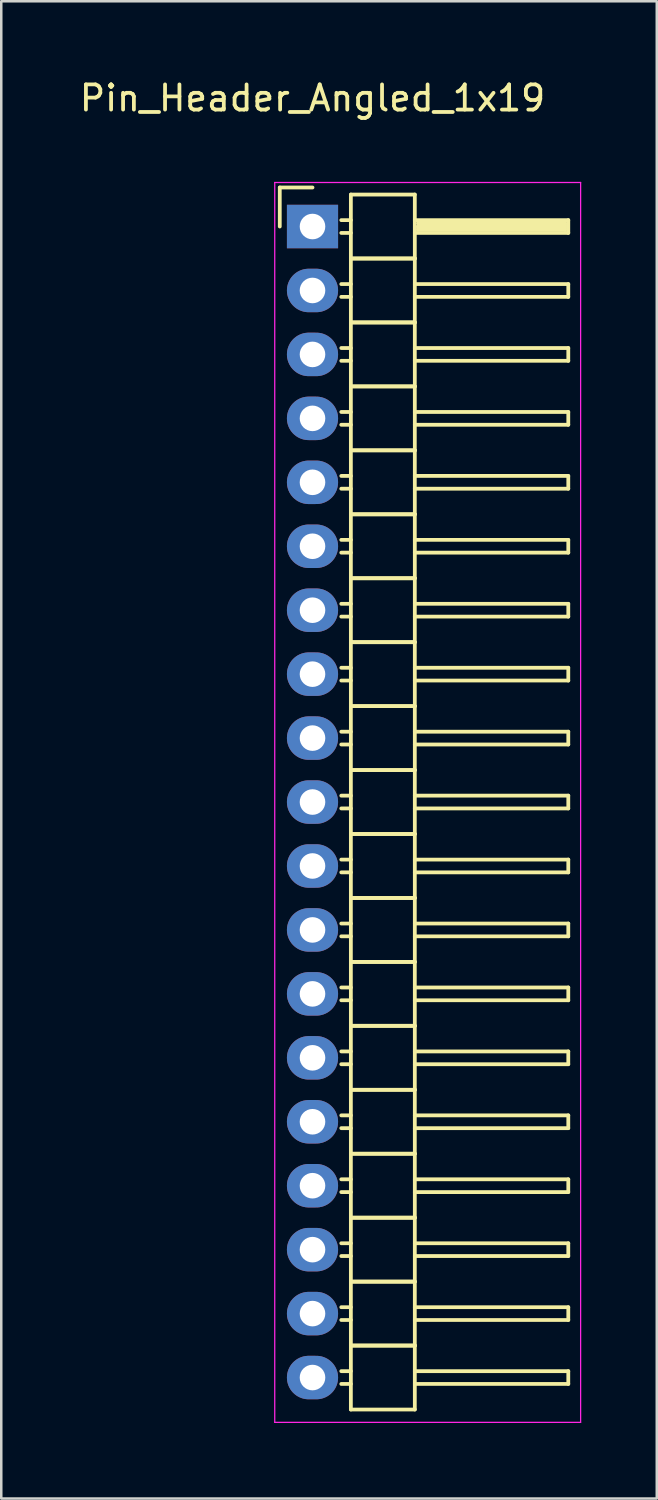
<source format=kicad_pcb>
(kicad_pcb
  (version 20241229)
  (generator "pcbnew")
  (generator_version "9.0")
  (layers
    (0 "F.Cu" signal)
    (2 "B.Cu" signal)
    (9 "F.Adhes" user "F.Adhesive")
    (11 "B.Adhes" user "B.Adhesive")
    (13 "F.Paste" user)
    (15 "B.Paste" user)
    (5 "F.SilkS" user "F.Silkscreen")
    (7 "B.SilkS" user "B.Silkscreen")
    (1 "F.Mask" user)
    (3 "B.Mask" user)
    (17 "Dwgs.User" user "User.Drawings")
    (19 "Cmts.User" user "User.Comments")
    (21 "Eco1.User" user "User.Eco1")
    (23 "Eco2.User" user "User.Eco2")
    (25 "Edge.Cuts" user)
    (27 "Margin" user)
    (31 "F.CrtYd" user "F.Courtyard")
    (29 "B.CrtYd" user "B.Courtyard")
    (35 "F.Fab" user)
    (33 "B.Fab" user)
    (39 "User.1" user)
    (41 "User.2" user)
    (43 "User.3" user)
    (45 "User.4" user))
  (footprint "Pin_Header_Angled_1x19"
    (layer "F.Cu")
    (at 9.363 5.948)
    (property "Reference" "Pin_Header_Angled_1x19" (at 0 -5.1 0) (layer "F.SilkS") (effects (font (size 1 1) (thickness 0.15))))
    (attr through_hole)
    (fp_line (start -1.3 -1.55) (end -1.3 0) (stroke (width 0.15) (type solid)) (layer "F.SilkS"))
    (fp_line (start 0 -1.55) (end -1.3 -1.55) (stroke (width 0.15) (type solid)) (layer "F.SilkS"))
    (fp_line (start 1.524 -1.27) (end 1.524 1.27) (stroke (width 0.15) (type solid)) (layer "F.SilkS"))
    (fp_line (start 1.524 -1.27) (end 4.064 -1.27) (stroke (width 0.15) (type solid)) (layer "F.SilkS"))
    (fp_line (start 1.524 -0.254) (end 1.143 -0.254) (stroke (width 0.15) (type solid)) (layer "F.SilkS"))
    (fp_line (start 1.524 0.254) (end 1.143 0.254) (stroke (width 0.15) (type solid)) (layer "F.SilkS"))
    (fp_line (start 1.524 1.27) (end 1.524 3.81) (stroke (width 0.15) (type solid)) (layer "F.SilkS"))
    (fp_line (start 1.524 1.27) (end 4.064 1.27) (stroke (width 0.15) (type solid)) (layer "F.SilkS"))
    (fp_line (start 1.524 1.27) (end 4.064 1.27) (stroke (width 0.15) (type solid)) (layer "F.SilkS"))
    (fp_line (start 1.524 2.286) (end 1.143 2.286) (stroke (width 0.15) (type solid)) (layer "F.SilkS"))
    (fp_line (start 1.524 2.794) (end 1.143 2.794) (stroke (width 0.15) (type solid)) (layer "F.SilkS"))
    (fp_line (start 1.524 3.81) (end 1.524 6.35) (stroke (width 0.15) (type solid)) (layer "F.SilkS"))
    (fp_line (start 1.524 3.81) (end 4.064 3.81) (stroke (width 0.15) (type solid)) (layer "F.SilkS"))
    (fp_line (start 1.524 3.81) (end 4.064 3.81) (stroke (width 0.15) (type solid)) (layer "F.SilkS"))
    (fp_line (start 1.524 4.826) (end 1.143 4.826) (stroke (width 0.15) (type solid)) (layer "F.SilkS"))
    (fp_line (start 1.524 5.334) (end 1.143 5.334) (stroke (width 0.15) (type solid)) (layer "F.SilkS"))
    (fp_line (start 1.524 6.35) (end 1.524 8.89) (stroke (width 0.15) (type solid)) (layer "F.SilkS"))
    (fp_line (start 1.524 6.35) (end 4.064 6.35) (stroke (width 0.15) (type solid)) (layer "F.SilkS"))
    (fp_line (start 1.524 6.35) (end 4.064 6.35) (stroke (width 0.15) (type solid)) (layer "F.SilkS"))
    (fp_line (start 1.524 7.366) (end 1.143 7.366) (stroke (width 0.15) (type solid)) (layer "F.SilkS"))
    (fp_line (start 1.524 7.874) (end 1.143 7.874) (stroke (width 0.15) (type solid)) (layer "F.SilkS"))
    (fp_line (start 1.524 8.89) (end 1.524 11.43) (stroke (width 0.15) (type solid)) (layer "F.SilkS"))
    (fp_line (start 1.524 8.89) (end 4.064 8.89) (stroke (width 0.15) (type solid)) (layer "F.SilkS"))
    (fp_line (start 1.524 8.89) (end 4.064 8.89) (stroke (width 0.15) (type solid)) (layer "F.SilkS"))
    (fp_line (start 1.524 9.906) (end 1.143 9.906) (stroke (width 0.15) (type solid)) (layer "F.SilkS"))
    (fp_line (start 1.524 10.414) (end 1.143 10.414) (stroke (width 0.15) (type solid)) (layer "F.SilkS"))
    (fp_line (start 1.524 11.43) (end 1.524 13.97) (stroke (width 0.15) (type solid)) (layer "F.SilkS"))
    (fp_line (start 1.524 11.43) (end 4.064 11.43) (stroke (width 0.15) (type solid)) (layer "F.SilkS"))
    (fp_line (start 1.524 11.43) (end 4.064 11.43) (stroke (width 0.15) (type solid)) (layer "F.SilkS"))
    (fp_line (start 1.524 12.446) (end 1.143 12.446) (stroke (width 0.15) (type solid)) (layer "F.SilkS"))
    (fp_line (start 1.524 12.954) (end 1.143 12.954) (stroke (width 0.15) (type solid)) (layer "F.SilkS"))
    (fp_line (start 1.524 13.97) (end 1.524 16.51) (stroke (width 0.15) (type solid)) (layer "F.SilkS"))
    (fp_line (start 1.524 13.97) (end 4.064 13.97) (stroke (width 0.15) (type solid)) (layer "F.SilkS"))
    (fp_line (start 1.524 13.97) (end 4.064 13.97) (stroke (width 0.15) (type solid)) (layer "F.SilkS"))
    (fp_line (start 1.524 14.986) (end 1.143 14.986) (stroke (width 0.15) (type solid)) (layer "F.SilkS"))
    (fp_line (start 1.524 15.494) (end 1.143 15.494) (stroke (width 0.15) (type solid)) (layer "F.SilkS"))
    (fp_line (start 1.524 16.51) (end 1.524 19.05) (stroke (width 0.15) (type solid)) (layer "F.SilkS"))
    (fp_line (start 1.524 16.51) (end 4.064 16.51) (stroke (width 0.15) (type solid)) (layer "F.SilkS"))
    (fp_line (start 1.524 16.51) (end 4.064 16.51) (stroke (width 0.15) (type solid)) (layer "F.SilkS"))
    (fp_line (start 1.524 17.526) (end 1.143 17.526) (stroke (width 0.15) (type solid)) (layer "F.SilkS"))
    (fp_line (start 1.524 18.034) (end 1.143 18.034) (stroke (width 0.15) (type solid)) (layer "F.SilkS"))
    (fp_line (start 1.524 19.05) (end 1.524 21.59) (stroke (width 0.15) (type solid)) (layer "F.SilkS"))
    (fp_line (start 1.524 19.05) (end 4.064 19.05) (stroke (width 0.15) (type solid)) (layer "F.SilkS"))
    (fp_line (start 1.524 19.05) (end 4.064 19.05) (stroke (width 0.15) (type solid)) (layer "F.SilkS"))
    (fp_line (start 1.524 20.066) (end 1.143 20.066) (stroke (width 0.15) (type solid)) (layer "F.SilkS"))
    (fp_line (start 1.524 20.574) (end 1.143 20.574) (stroke (width 0.15) (type solid)) (layer "F.SilkS"))
    (fp_line (start 1.524 21.59) (end 1.524 24.13) (stroke (width 0.15) (type solid)) (layer "F.SilkS"))
    (fp_line (start 1.524 21.59) (end 4.064 21.59) (stroke (width 0.15) (type solid)) (layer "F.SilkS"))
    (fp_line (start 1.524 21.59) (end 4.064 21.59) (stroke (width 0.15) (type solid)) (layer "F.SilkS"))
    (fp_line (start 1.524 22.606) (end 1.143 22.606) (stroke (width 0.15) (type solid)) (layer "F.SilkS"))
    (fp_line (start 1.524 23.114) (end 1.143 23.114) (stroke (width 0.15) (type solid)) (layer "F.SilkS"))
    (fp_line (start 1.524 24.13) (end 1.524 26.67) (stroke (width 0.15) (type solid)) (layer "F.SilkS"))
    (fp_line (start 1.524 24.13) (end 4.064 24.13) (stroke (width 0.15) (type solid)) (layer "F.SilkS"))
    (fp_line (start 1.524 24.13) (end 4.064 24.13) (stroke (width 0.15) (type solid)) (layer "F.SilkS"))
    (fp_line (start 1.524 25.146) (end 1.143 25.146) (stroke (width 0.15) (type solid)) (layer "F.SilkS"))
    (fp_line (start 1.524 25.654) (end 1.143 25.654) (stroke (width 0.15) (type solid)) (layer "F.SilkS"))
    (fp_line (start 1.524 26.67) (end 1.524 29.21) (stroke (width 0.15) (type solid)) (layer "F.SilkS"))
    (fp_line (start 1.524 26.67) (end 4.064 26.67) (stroke (width 0.15) (type solid)) (layer "F.SilkS"))
    (fp_line (start 1.524 26.67) (end 4.064 26.67) (stroke (width 0.15) (type solid)) (layer "F.SilkS"))
    (fp_line (start 1.524 27.686) (end 1.143 27.686) (stroke (width 0.15) (type solid)) (layer "F.SilkS"))
    (fp_line (start 1.524 28.194) (end 1.143 28.194) (stroke (width 0.15) (type solid)) (layer "F.SilkS"))
    (fp_line (start 1.524 29.21) (end 1.524 31.75) (stroke (width 0.15) (type solid)) (layer "F.SilkS"))
    (fp_line (start 1.524 29.21) (end 4.064 29.21) (stroke (width 0.15) (type solid)) (layer "F.SilkS"))
    (fp_line (start 1.524 29.21) (end 4.064 29.21) (stroke (width 0.15) (type solid)) (layer "F.SilkS"))
    (fp_line (start 1.524 30.226) (end 1.143 30.226) (stroke (width 0.15) (type solid)) (layer "F.SilkS"))
    (fp_line (start 1.524 30.734) (end 1.143 30.734) (stroke (width 0.15) (type solid)) (layer "F.SilkS"))
    (fp_line (start 1.524 31.75) (end 1.524 34.29) (stroke (width 0.15) (type solid)) (layer "F.SilkS"))
    (fp_line (start 1.524 31.75) (end 4.064 31.75) (stroke (width 0.15) (type solid)) (layer "F.SilkS"))
    (fp_line (start 1.524 31.75) (end 4.064 31.75) (stroke (width 0.15) (type solid)) (layer "F.SilkS"))
    (fp_line (start 1.524 32.766) (end 1.143 32.766) (stroke (width 0.15) (type solid)) (layer "F.SilkS"))
    (fp_line (start 1.524 33.274) (end 1.143 33.274) (stroke (width 0.15) (type solid)) (layer "F.SilkS"))
    (fp_line (start 1.524 34.29) (end 1.524 36.83) (stroke (width 0.15) (type solid)) (layer "F.SilkS"))
    (fp_line (start 1.524 34.29) (end 4.064 34.29) (stroke (width 0.15) (type solid)) (layer "F.SilkS"))
    (fp_line (start 1.524 34.29) (end 4.064 34.29) (stroke (width 0.15) (type solid)) (layer "F.SilkS"))
    (fp_line (start 1.524 35.306) (end 1.143 35.306) (stroke (width 0.15) (type solid)) (layer "F.SilkS"))
    (fp_line (start 1.524 35.814) (end 1.143 35.814) (stroke (width 0.15) (type solid)) (layer "F.SilkS"))
    (fp_line (start 1.524 36.83) (end 1.524 39.37) (stroke (width 0.15) (type solid)) (layer "F.SilkS"))
    (fp_line (start 1.524 36.83) (end 4.064 36.83) (stroke (width 0.15) (type solid)) (layer "F.SilkS"))
    (fp_line (start 1.524 36.83) (end 4.064 36.83) (stroke (width 0.15) (type solid)) (layer "F.SilkS"))
    (fp_line (start 1.524 37.846) (end 1.143 37.846) (stroke (width 0.15) (type solid)) (layer "F.SilkS"))
    (fp_line (start 1.524 38.354) (end 1.143 38.354) (stroke (width 0.15) (type solid)) (layer "F.SilkS"))
    (fp_line (start 1.524 39.37) (end 1.524 41.91) (stroke (width 0.15) (type solid)) (layer "F.SilkS"))
    (fp_line (start 1.524 39.37) (end 4.064 39.37) (stroke (width 0.15) (type solid)) (layer "F.SilkS"))
    (fp_line (start 1.524 39.37) (end 4.064 39.37) (stroke (width 0.15) (type solid)) (layer "F.SilkS"))
    (fp_line (start 1.524 40.386) (end 1.143 40.386) (stroke (width 0.15) (type solid)) (layer "F.SilkS"))
    (fp_line (start 1.524 40.894) (end 1.143 40.894) (stroke (width 0.15) (type solid)) (layer "F.SilkS"))
    (fp_line (start 1.524 41.91) (end 1.524 44.45) (stroke (width 0.15) (type solid)) (layer "F.SilkS"))
    (fp_line (start 1.524 41.91) (end 4.064 41.91) (stroke (width 0.15) (type solid)) (layer "F.SilkS"))
    (fp_line (start 1.524 41.91) (end 4.064 41.91) (stroke (width 0.15) (type solid)) (layer "F.SilkS"))
    (fp_line (start 1.524 42.926) (end 1.143 42.926) (stroke (width 0.15) (type solid)) (layer "F.SilkS"))
    (fp_line (start 1.524 43.434) (end 1.143 43.434) (stroke (width 0.15) (type solid)) (layer "F.SilkS"))
    (fp_line (start 1.524 44.45) (end 1.524 46.99) (stroke (width 0.15) (type solid)) (layer "F.SilkS"))
    (fp_line (start 1.524 44.45) (end 4.064 44.45) (stroke (width 0.15) (type solid)) (layer "F.SilkS"))
    (fp_line (start 1.524 44.45) (end 4.064 44.45) (stroke (width 0.15) (type solid)) (layer "F.SilkS"))
    (fp_line (start 1.524 45.466) (end 1.143 45.466) (stroke (width 0.15) (type solid)) (layer "F.SilkS"))
    (fp_line (start 1.524 45.974) (end 1.143 45.974) (stroke (width 0.15) (type solid)) (layer "F.SilkS"))
    (fp_line (start 1.524 46.99) (end 4.064 46.99) (stroke (width 0.15) (type solid)) (layer "F.SilkS"))
    (fp_line (start 4.064 -0.254) (end 10.16 -0.254) (stroke (width 0.15) (type solid)) (layer "F.SilkS"))
    (fp_line (start 4.064 1.27) (end 4.064 -1.27) (stroke (width 0.15) (type solid)) (layer "F.SilkS"))
    (fp_line (start 4.064 2.286) (end 10.16 2.286) (stroke (width 0.15) (type solid)) (layer "F.SilkS"))
    (fp_line (start 4.064 3.81) (end 4.064 1.27) (stroke (width 0.15) (type solid)) (layer "F.SilkS"))
    (fp_line (start 4.064 4.826) (end 10.16 4.826) (stroke (width 0.15) (type solid)) (layer "F.SilkS"))
    (fp_line (start 4.064 6.35) (end 4.064 3.81) (stroke (width 0.15) (type solid)) (layer "F.SilkS"))
    (fp_line (start 4.064 7.366) (end 10.16 7.366) (stroke (width 0.15) (type solid)) (layer "F.SilkS"))
    (fp_line (start 4.064 8.89) (end 4.064 6.35) (stroke (width 0.15) (type solid)) (layer "F.SilkS"))
    (fp_line (start 4.064 9.906) (end 10.16 9.906) (stroke (width 0.15) (type solid)) (layer "F.SilkS"))
    (fp_line (start 4.064 11.43) (end 4.064 8.89) (stroke (width 0.15) (type solid)) (layer "F.SilkS"))
    (fp_line (start 4.064 12.446) (end 10.16 12.446) (stroke (width 0.15) (type solid)) (layer "F.SilkS"))
    (fp_line (start 4.064 13.97) (end 4.064 11.43) (stroke (width 0.15) (type solid)) (layer "F.SilkS"))
    (fp_line (start 4.064 14.986) (end 10.16 14.986) (stroke (width 0.15) (type solid)) (layer "F.SilkS"))
    (fp_line (start 4.064 16.51) (end 4.064 13.97) (stroke (width 0.15) (type solid)) (layer "F.SilkS"))
    (fp_line (start 4.064 17.526) (end 10.16 17.526) (stroke (width 0.15) (type solid)) (layer "F.SilkS"))
    (fp_line (start 4.064 19.05) (end 4.064 16.51) (stroke (width 0.15) (type solid)) (layer "F.SilkS"))
    (fp_line (start 4.064 20.066) (end 10.16 20.066) (stroke (width 0.15) (type solid)) (layer "F.SilkS"))
    (fp_line (start 4.064 21.59) (end 4.064 19.05) (stroke (width 0.15) (type solid)) (layer "F.SilkS"))
    (fp_line (start 4.064 22.606) (end 10.16 22.606) (stroke (width 0.15) (type solid)) (layer "F.SilkS"))
    (fp_line (start 4.064 24.13) (end 4.064 21.59) (stroke (width 0.15) (type solid)) (layer "F.SilkS"))
    (fp_line (start 4.064 25.146) (end 10.16 25.146) (stroke (width 0.15) (type solid)) (layer "F.SilkS"))
    (fp_line (start 4.064 26.67) (end 4.064 24.13) (stroke (width 0.15) (type solid)) (layer "F.SilkS"))
    (fp_line (start 4.064 27.686) (end 10.16 27.686) (stroke (width 0.15) (type solid)) (layer "F.SilkS"))
    (fp_line (start 4.064 29.21) (end 4.064 26.67) (stroke (width 0.15) (type solid)) (layer "F.SilkS"))
    (fp_line (start 4.064 30.226) (end 10.16 30.226) (stroke (width 0.15) (type solid)) (layer "F.SilkS"))
    (fp_line (start 4.064 31.75) (end 4.064 29.21) (stroke (width 0.15) (type solid)) (layer "F.SilkS"))
    (fp_line (start 4.064 32.766) (end 10.16 32.766) (stroke (width 0.15) (type solid)) (layer "F.SilkS"))
    (fp_line (start 4.064 34.29) (end 4.064 31.75) (stroke (width 0.15) (type solid)) (layer "F.SilkS"))
    (fp_line (start 4.064 35.306) (end 10.16 35.306) (stroke (width 0.15) (type solid)) (layer "F.SilkS"))
    (fp_line (start 4.064 36.83) (end 4.064 34.29) (stroke (width 0.15) (type solid)) (layer "F.SilkS"))
    (fp_line (start 4.064 37.846) (end 10.16 37.846) (stroke (width 0.15) (type solid)) (layer "F.SilkS"))
    (fp_line (start 4.064 39.37) (end 4.064 36.83) (stroke (width 0.15) (type solid)) (layer "F.SilkS"))
    (fp_line (start 4.064 40.386) (end 10.16 40.386) (stroke (width 0.15) (type solid)) (layer "F.SilkS"))
    (fp_line (start 4.064 41.91) (end 4.064 39.37) (stroke (width 0.15) (type solid)) (layer "F.SilkS"))
    (fp_line (start 4.064 42.926) (end 10.16 42.926) (stroke (width 0.15) (type solid)) (layer "F.SilkS"))
    (fp_line (start 4.064 44.45) (end 4.064 41.91) (stroke (width 0.15) (type solid)) (layer "F.SilkS"))
    (fp_line (start 4.064 45.466) (end 10.16 45.466) (stroke (width 0.15) (type solid)) (layer "F.SilkS"))
    (fp_line (start 4.064 46.99) (end 4.064 44.45) (stroke (width 0.15) (type solid)) (layer "F.SilkS"))
    (fp_line (start 4.191 -0.127) (end 10.033 -0.127) (stroke (width 0.15) (type solid)) (layer "F.SilkS"))
    (fp_line (start 4.191 0) (end 10.033 0) (stroke (width 0.15) (type solid)) (layer "F.SilkS"))
    (fp_line (start 4.191 0.127) (end 4.191 0) (stroke (width 0.15) (type solid)) (layer "F.SilkS"))
    (fp_line (start 10.033 -0.127) (end 10.033 0.127) (stroke (width 0.15) (type solid)) (layer "F.SilkS"))
    (fp_line (start 10.033 0.127) (end 4.191 0.127) (stroke (width 0.15) (type solid)) (layer "F.SilkS"))
    (fp_line (start 10.16 -0.254) (end 10.16 0.254) (stroke (width 0.15) (type solid)) (layer "F.SilkS"))
    (fp_line (start 10.16 0.254) (end 4.064 0.254) (stroke (width 0.15) (type solid)) (layer "F.SilkS"))
    (fp_line (start 10.16 2.286) (end 10.16 2.794) (stroke (width 0.15) (type solid)) (layer "F.SilkS"))
    (fp_line (start 10.16 2.794) (end 4.064 2.794) (stroke (width 0.15) (type solid)) (layer "F.SilkS"))
    (fp_line (start 10.16 4.826) (end 10.16 5.334) (stroke (width 0.15) (type solid)) (layer "F.SilkS"))
    (fp_line (start 10.16 5.334) (end 4.064 5.334) (stroke (width 0.15) (type solid)) (layer "F.SilkS"))
    (fp_line (start 10.16 7.366) (end 10.16 7.874) (stroke (width 0.15) (type solid)) (layer "F.SilkS"))
    (fp_line (start 10.16 7.874) (end 4.064 7.874) (stroke (width 0.15) (type solid)) (layer "F.SilkS"))
    (fp_line (start 10.16 9.906) (end 10.16 10.414) (stroke (width 0.15) (type solid)) (layer "F.SilkS"))
    (fp_line (start 10.16 10.414) (end 4.064 10.414) (stroke (width 0.15) (type solid)) (layer "F.SilkS"))
    (fp_line (start 10.16 12.446) (end 10.16 12.954) (stroke (width 0.15) (type solid)) (layer "F.SilkS"))
    (fp_line (start 10.16 12.954) (end 4.064 12.954) (stroke (width 0.15) (type solid)) (layer "F.SilkS"))
    (fp_line (start 10.16 14.986) (end 10.16 15.494) (stroke (width 0.15) (type solid)) (layer "F.SilkS"))
    (fp_line (start 10.16 15.494) (end 4.064 15.494) (stroke (width 0.15) (type solid)) (layer "F.SilkS"))
    (fp_line (start 10.16 17.526) (end 10.16 18.034) (stroke (width 0.15) (type solid)) (layer "F.SilkS"))
    (fp_line (start 10.16 18.034) (end 4.064 18.034) (stroke (width 0.15) (type solid)) (layer "F.SilkS"))
    (fp_line (start 10.16 20.066) (end 10.16 20.574) (stroke (width 0.15) (type solid)) (layer "F.SilkS"))
    (fp_line (start 10.16 20.574) (end 4.064 20.574) (stroke (width 0.15) (type solid)) (layer "F.SilkS"))
    (fp_line (start 10.16 22.606) (end 10.16 23.114) (stroke (width 0.15) (type solid)) (layer "F.SilkS"))
    (fp_line (start 10.16 23.114) (end 4.064 23.114) (stroke (width 0.15) (type solid)) (layer "F.SilkS"))
    (fp_line (start 10.16 25.146) (end 10.16 25.654) (stroke (width 0.15) (type solid)) (layer "F.SilkS"))
    (fp_line (start 10.16 25.654) (end 4.064 25.654) (stroke (width 0.15) (type solid)) (layer "F.SilkS"))
    (fp_line (start 10.16 27.686) (end 10.16 28.194) (stroke (width 0.15) (type solid)) (layer "F.SilkS"))
    (fp_line (start 10.16 28.194) (end 4.064 28.194) (stroke (width 0.15) (type solid)) (layer "F.SilkS"))
    (fp_line (start 10.16 30.226) (end 10.16 30.734) (stroke (width 0.15) (type solid)) (layer "F.SilkS"))
    (fp_line (start 10.16 30.734) (end 4.064 30.734) (stroke (width 0.15) (type solid)) (layer "F.SilkS"))
    (fp_line (start 10.16 32.766) (end 10.16 33.274) (stroke (width 0.15) (type solid)) (layer "F.SilkS"))
    (fp_line (start 10.16 33.274) (end 4.064 33.274) (stroke (width 0.15) (type solid)) (layer "F.SilkS"))
    (fp_line (start 10.16 35.306) (end 10.16 35.814) (stroke (width 0.15) (type solid)) (layer "F.SilkS"))
    (fp_line (start 10.16 35.814) (end 4.064 35.814) (stroke (width 0.15) (type solid)) (layer "F.SilkS"))
    (fp_line (start 10.16 37.846) (end 10.16 38.354) (stroke (width 0.15) (type solid)) (layer "F.SilkS"))
    (fp_line (start 10.16 38.354) (end 4.064 38.354) (stroke (width 0.15) (type solid)) (layer "F.SilkS"))
    (fp_line (start 10.16 40.386) (end 10.16 40.894) (stroke (width 0.15) (type solid)) (layer "F.SilkS"))
    (fp_line (start 10.16 40.894) (end 4.064 40.894) (stroke (width 0.15) (type solid)) (layer "F.SilkS"))
    (fp_line (start 10.16 42.926) (end 10.16 43.434) (stroke (width 0.15) (type solid)) (layer "F.SilkS"))
    (fp_line (start 10.16 43.434) (end 4.064 43.434) (stroke (width 0.15) (type solid)) (layer "F.SilkS"))
    (fp_line (start 10.16 45.466) (end 10.16 45.974) (stroke (width 0.15) (type solid)) (layer "F.SilkS"))
    (fp_line (start 10.16 45.974) (end 4.064 45.974) (stroke (width 0.15) (type solid)) (layer "F.SilkS"))
    (fp_line (start -1.5 -1.75) (end -1.5 47.5) (stroke (width 0.05) (type solid)) (layer "F.CrtYd"))
    (fp_line (start -1.5 -1.75) (end 10.65 -1.75) (stroke (width 0.05) (type solid)) (layer "F.CrtYd"))
    (fp_line (start -1.5 47.5) (end 10.65 47.5) (stroke (width 0.05) (type solid)) (layer "F.CrtYd"))
    (fp_line (start 10.65 -1.75) (end 10.65 47.5) (stroke (width 0.05) (type solid)) (layer "F.CrtYd"))
    (pad "1" thru_hole rect (at 0 0) (size 2.032 1.727) (drill 1.016) (layers "*.Cu" "*.Mask"))
    (pad "2" thru_hole oval (at 0 2.54) (size 2.032 1.727) (drill 1.016) (layers "*.Cu" "*.Mask"))
    (pad "3" thru_hole oval (at 0 5.08) (size 2.032 1.727) (drill 1.016) (layers "*.Cu" "*.Mask"))
    (pad "4" thru_hole oval (at 0 7.62) (size 2.032 1.727) (drill 1.016) (layers "*.Cu" "*.Mask"))
    (pad "5" thru_hole oval (at 0 10.16) (size 2.032 1.727) (drill 1.016) (layers "*.Cu" "*.Mask"))
    (pad "6" thru_hole oval (at 0 12.7) (size 2.032 1.727) (drill 1.016) (layers "*.Cu" "*.Mask"))
    (pad "7" thru_hole oval (at 0 15.24) (size 2.032 1.727) (drill 1.016) (layers "*.Cu" "*.Mask"))
    (pad "8" thru_hole oval (at 0 17.78) (size 2.032 1.727) (drill 1.016) (layers "*.Cu" "*.Mask"))
    (pad "9" thru_hole oval (at 0 20.32) (size 2.032 1.727) (drill 1.016) (layers "*.Cu" "*.Mask"))
    (pad "10" thru_hole oval (at 0 22.86) (size 2.032 1.727) (drill 1.016) (layers "*.Cu" "*.Mask"))
    (pad "11" thru_hole oval (at 0 25.4) (size 2.032 1.727) (drill 1.016) (layers "*.Cu" "*.Mask"))
    (pad "12" thru_hole oval (at 0 27.94) (size 2.032 1.727) (drill 1.016) (layers "*.Cu" "*.Mask"))
    (pad "13" thru_hole oval (at 0 30.48) (size 2.032 1.727) (drill 1.016) (layers "*.Cu" "*.Mask"))
    (pad "14" thru_hole oval (at 0 33.02) (size 2.032 1.727) (drill 1.016) (layers "*.Cu" "*.Mask"))
    (pad "15" thru_hole oval (at 0 35.56) (size 2.032 1.727) (drill 1.016) (layers "*.Cu" "*.Mask"))
    (pad "16" thru_hole oval (at 0 38.1) (size 2.032 1.727) (drill 1.016) (layers "*.Cu" "*.Mask"))
    (pad "17" thru_hole oval (at 0 40.64) (size 2.032 1.727) (drill 1.016) (layers "*.Cu" "*.Mask"))
    (pad "18" thru_hole oval (at 0 43.18) (size 2.032 1.727) (drill 1.016) (layers "*.Cu" "*.Mask"))
    (pad "19" thru_hole oval (at 0 45.72) (size 2.032 1.727) (drill 1.016) (layers "*.Cu" "*.Mask")))
  (gr_rect
    (start -3 -3)
    (end 23.038 56.473)
    (stroke (width 0.1) (type default))
    (fill no)
    (layer "Edge.Cuts")))
</source>
